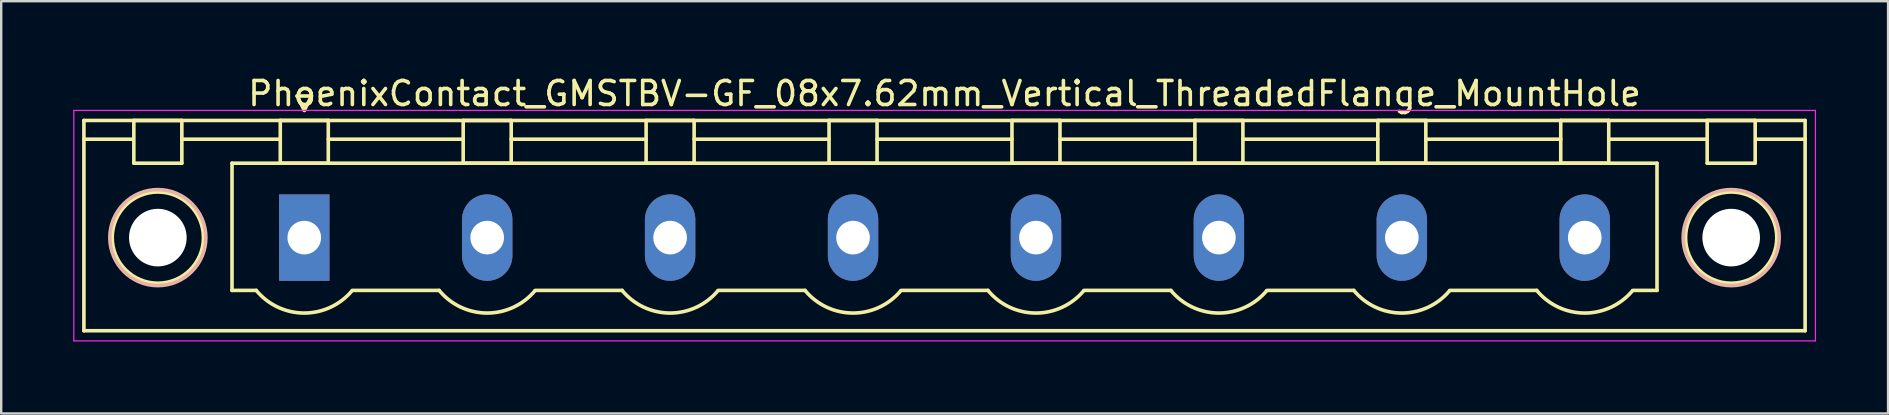
<source format=kicad_pcb>
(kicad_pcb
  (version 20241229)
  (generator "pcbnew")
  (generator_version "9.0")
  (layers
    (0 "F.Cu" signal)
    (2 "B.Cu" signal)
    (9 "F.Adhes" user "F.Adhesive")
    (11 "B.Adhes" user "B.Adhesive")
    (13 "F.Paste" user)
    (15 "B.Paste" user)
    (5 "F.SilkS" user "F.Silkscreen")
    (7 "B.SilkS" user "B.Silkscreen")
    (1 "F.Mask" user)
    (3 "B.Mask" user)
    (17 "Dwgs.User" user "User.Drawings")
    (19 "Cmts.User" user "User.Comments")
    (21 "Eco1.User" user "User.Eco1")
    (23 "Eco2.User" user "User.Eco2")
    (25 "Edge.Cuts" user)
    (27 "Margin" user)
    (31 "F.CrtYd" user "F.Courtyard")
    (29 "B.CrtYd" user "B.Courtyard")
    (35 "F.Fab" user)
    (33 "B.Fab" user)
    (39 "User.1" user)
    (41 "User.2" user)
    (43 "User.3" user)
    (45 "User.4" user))
  (footprint "PhoenixContact_GMSTBV-GF_08x7.62mm_Vertical_ThreadedFlange_MountHole"
    (layer "F.Cu")
    (at 9.625 6.848)
    (property "Reference" "PhoenixContact_GMSTBV-GF_08x7.62mm_Vertical_ThreadedFlange_MountHole" (at 26.67 -6 0) (layer "F.SilkS") (effects (font (size 1 1) (thickness 0.15))))
    (attr through_hole)
    (fp_line (start -9.18 -4.88) (end -9.18 3.88) (stroke (width 0.15) (type solid)) (layer "F.SilkS"))
    (fp_line (start -9.18 -4.1) (end -7.18 -4.1) (stroke (width 0.15) (type solid)) (layer "F.SilkS"))
    (fp_line (start -9.18 3.88) (end 62.52 3.88) (stroke (width 0.15) (type solid)) (layer "F.SilkS"))
    (fp_line (start -7.1 -4.88) (end -5.1 -4.88) (stroke (width 0.15) (type solid)) (layer "F.SilkS"))
    (fp_line (start -7.1 -3.1) (end -7.1 -4.88) (stroke (width 0.15) (type solid)) (layer "F.SilkS"))
    (fp_line (start -5.1 -4.88) (end -5.1 -3.1) (stroke (width 0.15) (type solid)) (layer "F.SilkS"))
    (fp_line (start -5.1 -4.1) (end -1 -4.1) (stroke (width 0.15) (type solid)) (layer "F.SilkS"))
    (fp_line (start -5.1 -3.1) (end -7.1 -3.1) (stroke (width 0.15) (type solid)) (layer "F.SilkS"))
    (fp_line (start -3.01 -3.1) (end 56.35 -3.1) (stroke (width 0.15) (type solid)) (layer "F.SilkS"))
    (fp_line (start -3.01 2.2) (end -3.01 -3.1) (stroke (width 0.15) (type solid)) (layer "F.SilkS"))
    (fp_line (start -2 2.2) (end -3.01 2.2) (stroke (width 0.15) (type solid)) (layer "F.SilkS"))
    (fp_line (start -1 -4.88) (end 1 -4.88) (stroke (width 0.15) (type solid)) (layer "F.SilkS"))
    (fp_line (start -1 -3.1) (end -1 -4.88) (stroke (width 0.15) (type solid)) (layer "F.SilkS"))
    (fp_line (start -0.3 -5.9) (end 0 -5.3) (stroke (width 0.15) (type solid)) (layer "F.SilkS"))
    (fp_line (start 0 -5.3) (end 0.3 -5.9) (stroke (width 0.15) (type solid)) (layer "F.SilkS"))
    (fp_line (start 0.3 -5.9) (end -0.3 -5.9) (stroke (width 0.15) (type solid)) (layer "F.SilkS"))
    (fp_line (start 1 -4.88) (end 1 -3.1) (stroke (width 0.15) (type solid)) (layer "F.SilkS"))
    (fp_line (start 1 -4.1) (end 6.62 -4.1) (stroke (width 0.15) (type solid)) (layer "F.SilkS"))
    (fp_line (start 1 -3.1) (end -1 -3.1) (stroke (width 0.15) (type solid)) (layer "F.SilkS"))
    (fp_line (start 2 2.2) (end 5.62 2.2) (stroke (width 0.15) (type solid)) (layer "F.SilkS"))
    (fp_line (start 6.62 -4.88) (end 8.62 -4.88) (stroke (width 0.15) (type solid)) (layer "F.SilkS"))
    (fp_line (start 6.62 -3.1) (end 6.62 -4.88) (stroke (width 0.15) (type solid)) (layer "F.SilkS"))
    (fp_line (start 8.62 -4.88) (end 8.62 -3.1) (stroke (width 0.15) (type solid)) (layer "F.SilkS"))
    (fp_line (start 8.62 -4.1) (end 14.24 -4.1) (stroke (width 0.15) (type solid)) (layer "F.SilkS"))
    (fp_line (start 8.62 -3.1) (end 6.62 -3.1) (stroke (width 0.15) (type solid)) (layer "F.SilkS"))
    (fp_line (start 9.62 2.2) (end 13.24 2.2) (stroke (width 0.15) (type solid)) (layer "F.SilkS"))
    (fp_line (start 14.24 -4.88) (end 16.24 -4.88) (stroke (width 0.15) (type solid)) (layer "F.SilkS"))
    (fp_line (start 14.24 -3.1) (end 14.24 -4.88) (stroke (width 0.15) (type solid)) (layer "F.SilkS"))
    (fp_line (start 16.24 -4.88) (end 16.24 -3.1) (stroke (width 0.15) (type solid)) (layer "F.SilkS"))
    (fp_line (start 16.24 -4.1) (end 21.86 -4.1) (stroke (width 0.15) (type solid)) (layer "F.SilkS"))
    (fp_line (start 16.24 -3.1) (end 14.24 -3.1) (stroke (width 0.15) (type solid)) (layer "F.SilkS"))
    (fp_line (start 17.24 2.2) (end 20.86 2.2) (stroke (width 0.15) (type solid)) (layer "F.SilkS"))
    (fp_line (start 21.86 -4.88) (end 23.86 -4.88) (stroke (width 0.15) (type solid)) (layer "F.SilkS"))
    (fp_line (start 21.86 -3.1) (end 21.86 -4.88) (stroke (width 0.15) (type solid)) (layer "F.SilkS"))
    (fp_line (start 23.86 -4.88) (end 23.86 -3.1) (stroke (width 0.15) (type solid)) (layer "F.SilkS"))
    (fp_line (start 23.86 -4.1) (end 29.48 -4.1) (stroke (width 0.15) (type solid)) (layer "F.SilkS"))
    (fp_line (start 23.86 -3.1) (end 21.86 -3.1) (stroke (width 0.15) (type solid)) (layer "F.SilkS"))
    (fp_line (start 24.86 2.2) (end 28.48 2.2) (stroke (width 0.15) (type solid)) (layer "F.SilkS"))
    (fp_line (start 29.48 -4.88) (end 31.48 -4.88) (stroke (width 0.15) (type solid)) (layer "F.SilkS"))
    (fp_line (start 29.48 -3.1) (end 29.48 -4.88) (stroke (width 0.15) (type solid)) (layer "F.SilkS"))
    (fp_line (start 31.48 -4.88) (end 31.48 -3.1) (stroke (width 0.15) (type solid)) (layer "F.SilkS"))
    (fp_line (start 31.48 -4.1) (end 37.1 -4.1) (stroke (width 0.15) (type solid)) (layer "F.SilkS"))
    (fp_line (start 31.48 -3.1) (end 29.48 -3.1) (stroke (width 0.15) (type solid)) (layer "F.SilkS"))
    (fp_line (start 32.48 2.2) (end 36.1 2.2) (stroke (width 0.15) (type solid)) (layer "F.SilkS"))
    (fp_line (start 37.1 -4.88) (end 39.1 -4.88) (stroke (width 0.15) (type solid)) (layer "F.SilkS"))
    (fp_line (start 37.1 -3.1) (end 37.1 -4.88) (stroke (width 0.15) (type solid)) (layer "F.SilkS"))
    (fp_line (start 39.1 -4.88) (end 39.1 -3.1) (stroke (width 0.15) (type solid)) (layer "F.SilkS"))
    (fp_line (start 39.1 -4.1) (end 44.72 -4.1) (stroke (width 0.15) (type solid)) (layer "F.SilkS"))
    (fp_line (start 39.1 -3.1) (end 37.1 -3.1) (stroke (width 0.15) (type solid)) (layer "F.SilkS"))
    (fp_line (start 40.1 2.2) (end 43.72 2.2) (stroke (width 0.15) (type solid)) (layer "F.SilkS"))
    (fp_line (start 44.72 -4.88) (end 46.72 -4.88) (stroke (width 0.15) (type solid)) (layer "F.SilkS"))
    (fp_line (start 44.72 -3.1) (end 44.72 -4.88) (stroke (width 0.15) (type solid)) (layer "F.SilkS"))
    (fp_line (start 46.72 -4.88) (end 46.72 -3.1) (stroke (width 0.15) (type solid)) (layer "F.SilkS"))
    (fp_line (start 46.72 -4.1) (end 52.34 -4.1) (stroke (width 0.15) (type solid)) (layer "F.SilkS"))
    (fp_line (start 46.72 -3.1) (end 44.72 -3.1) (stroke (width 0.15) (type solid)) (layer "F.SilkS"))
    (fp_line (start 47.72 2.2) (end 51.34 2.2) (stroke (width 0.15) (type solid)) (layer "F.SilkS"))
    (fp_line (start 52.34 -4.88) (end 54.34 -4.88) (stroke (width 0.15) (type solid)) (layer "F.SilkS"))
    (fp_line (start 52.34 -3.1) (end 52.34 -4.88) (stroke (width 0.15) (type solid)) (layer "F.SilkS"))
    (fp_line (start 54.34 -4.88) (end 54.34 -3.1) (stroke (width 0.15) (type solid)) (layer "F.SilkS"))
    (fp_line (start 54.34 -4.1) (end 58.44 -4.1) (stroke (width 0.15) (type solid)) (layer "F.SilkS"))
    (fp_line (start 54.34 -3.1) (end 52.34 -3.1) (stroke (width 0.15) (type solid)) (layer "F.SilkS"))
    (fp_line (start 56.35 -3.1) (end 56.35 2.2) (stroke (width 0.15) (type solid)) (layer "F.SilkS"))
    (fp_line (start 56.35 2.2) (end 55.34 2.2) (stroke (width 0.15) (type solid)) (layer "F.SilkS"))
    (fp_line (start 58.44 -4.88) (end 60.44 -4.88) (stroke (width 0.15) (type solid)) (layer "F.SilkS"))
    (fp_line (start 58.44 -3.1) (end 58.44 -4.88) (stroke (width 0.15) (type solid)) (layer "F.SilkS"))
    (fp_line (start 60.44 -4.88) (end 60.44 -3.1) (stroke (width 0.15) (type solid)) (layer "F.SilkS"))
    (fp_line (start 60.44 -3.1) (end 58.44 -3.1) (stroke (width 0.15) (type solid)) (layer "F.SilkS"))
    (fp_line (start 62.52 -4.88) (end -9.18 -4.88) (stroke (width 0.15) (type solid)) (layer "F.SilkS"))
    (fp_line (start 62.52 -4.1) (end 60.52 -4.1) (stroke (width 0.15) (type solid)) (layer "F.SilkS"))
    (fp_line (start 62.52 3.88) (end 62.52 -4.88) (stroke (width 0.15) (type solid)) (layer "F.SilkS"))
    (fp_arc (start 1.986842 2.215821) (mid -0.010289 3.142758) (end -2 2.2) (stroke (width 0.15) (type solid)) (layer "F.SilkS"))
    (fp_arc (start 9.606842 2.215821) (mid 7.609711 3.142758) (end 5.62 2.2) (stroke (width 0.15) (type solid)) (layer "F.SilkS"))
    (fp_arc (start 17.226842 2.215821) (mid 15.229711 3.142758) (end 13.24 2.2) (stroke (width 0.15) (type solid)) (layer "F.SilkS"))
    (fp_arc (start 24.846842 2.215821) (mid 22.849711 3.142758) (end 20.86 2.2) (stroke (width 0.15) (type solid)) (layer "F.SilkS"))
    (fp_arc (start 32.466842 2.215821) (mid 30.469711 3.142758) (end 28.48 2.2) (stroke (width 0.15) (type solid)) (layer "F.SilkS"))
    (fp_arc (start 40.086842 2.215821) (mid 38.089711 3.142758) (end 36.1 2.2) (stroke (width 0.15) (type solid)) (layer "F.SilkS"))
    (fp_arc (start 47.706842 2.215821) (mid 45.709711 3.142758) (end 43.72 2.2) (stroke (width 0.15) (type solid)) (layer "F.SilkS"))
    (fp_arc (start 55.326842 2.215821) (mid 53.329711 3.142758) (end 51.34 2.2) (stroke (width 0.15) (type solid)) (layer "F.SilkS"))
    (fp_circle (center -6.1 0) (end -4.2 0) (stroke (width 0.15) (type solid)) (fill no) (layer "F.SilkS"))
    (fp_circle (center 59.44 0) (end 61.34 0) (stroke (width 0.15) (type solid)) (fill no) (layer "F.SilkS"))
    (fp_circle (center -6.1 0) (end -4.1 0) (stroke (width 0.15) (type solid)) (fill no) (layer "B.SilkS"))
    (fp_circle (center 59.44 0) (end 61.44 0) (stroke (width 0.15) (type solid)) (fill no) (layer "B.SilkS"))
    (fp_line (start -9.6 -5.3) (end -9.6 4.3) (stroke (width 0.05) (type solid)) (layer "F.CrtYd"))
    (fp_line (start -9.6 4.3) (end 62.95 4.3) (stroke (width 0.05) (type solid)) (layer "F.CrtYd"))
    (fp_line (start 62.95 -5.3) (end -9.6 -5.3) (stroke (width 0.05) (type solid)) (layer "F.CrtYd"))
    (fp_line (start 62.95 4.3) (end 62.95 -5.3) (stroke (width 0.05) (type solid)) (layer "F.CrtYd"))
    (pad "" np_thru_hole circle (at -6.1 0) (size 2.4 2.4) (drill 2.4) (layers "*.Cu" "*.Mask"))
    (pad "" np_thru_hole circle (at 59.44 0) (size 2.4 2.4) (drill 2.4) (layers "*.Cu" "*.Mask"))
    (pad "1" thru_hole rect (at 0 0) (size 2.1 3.6) (drill 1.4) (layers "*.Cu" "*.Mask"))
    (pad "2" thru_hole oval (at 7.62 0) (size 2.1 3.6) (drill 1.4) (layers "*.Cu" "*.Mask"))
    (pad "3" thru_hole oval (at 15.24 0) (size 2.1 3.6) (drill 1.4) (layers "*.Cu" "*.Mask"))
    (pad "4" thru_hole oval (at 22.86 0) (size 2.1 3.6) (drill 1.4) (layers "*.Cu" "*.Mask"))
    (pad "5" thru_hole oval (at 30.48 0) (size 2.1 3.6) (drill 1.4) (layers "*.Cu" "*.Mask"))
    (pad "6" thru_hole oval (at 38.1 0) (size 2.1 3.6) (drill 1.4) (layers "*.Cu" "*.Mask"))
    (pad "7" thru_hole oval (at 45.72 0) (size 2.1 3.6) (drill 1.4) (layers "*.Cu" "*.Mask"))
    (pad "8" thru_hole oval (at 53.34 0) (size 2.1 3.6) (drill 1.4) (layers "*.Cu" "*.Mask")))
  (gr_rect
    (start -3 -3)
    (end 75.6 14.173)
    (stroke (width 0.1) (type default))
    (fill no)
    (layer "Edge.Cuts")))
</source>
